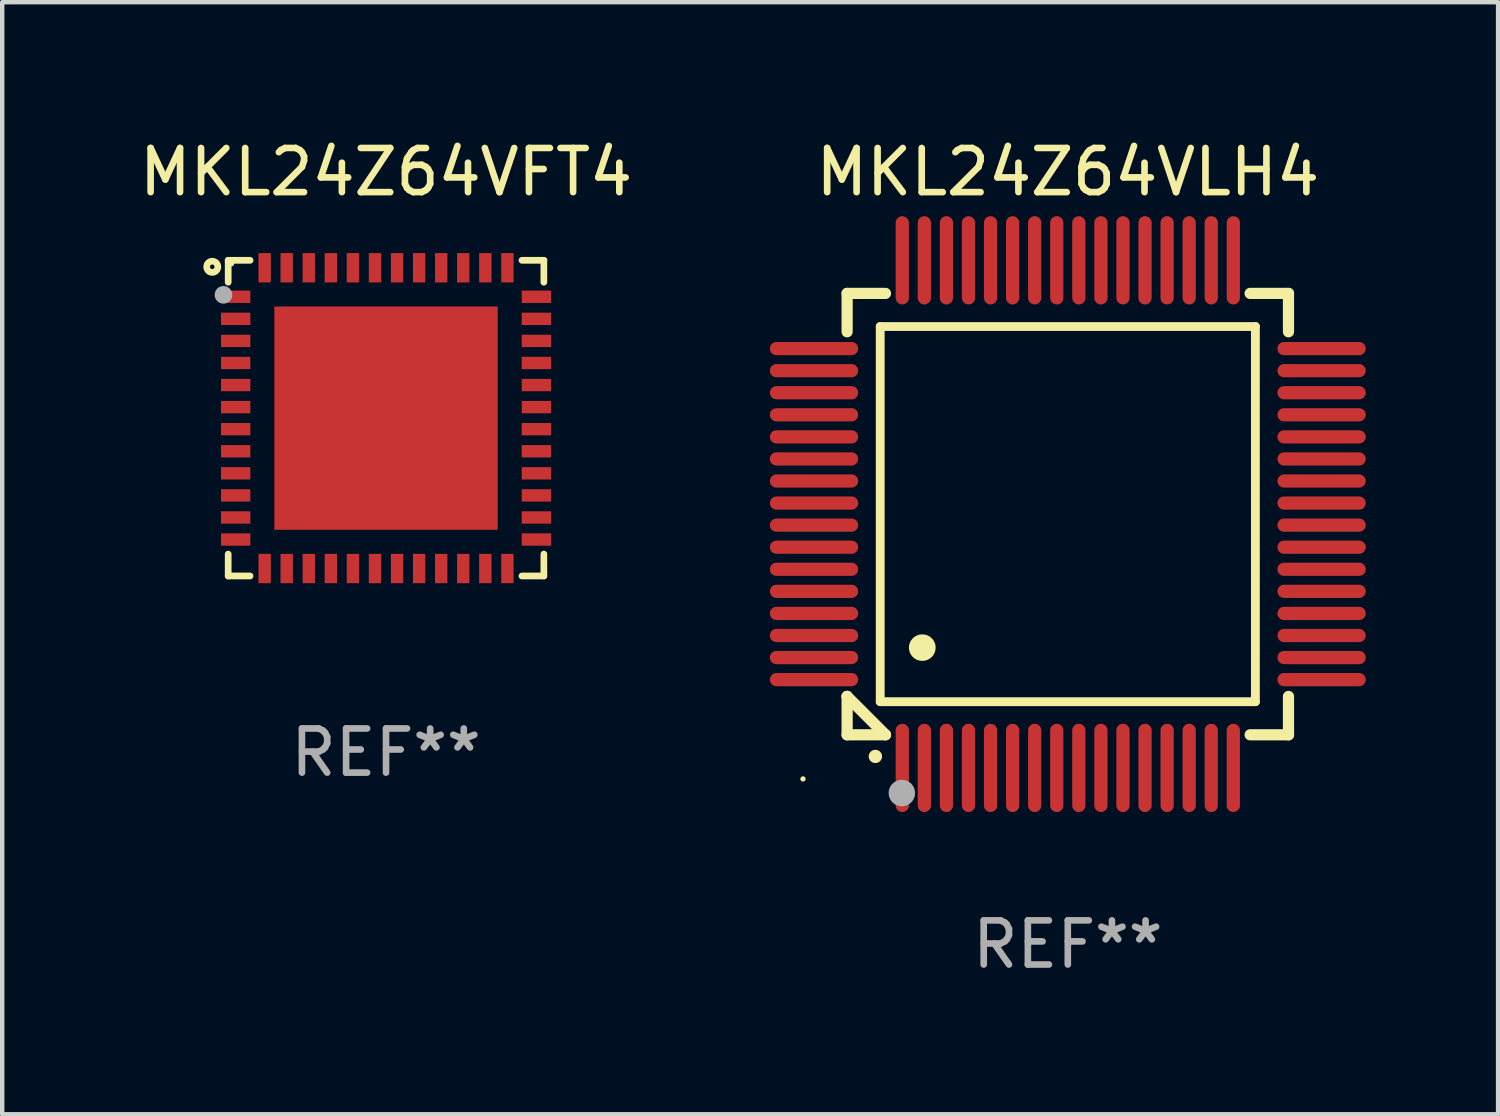
<source format=kicad_pcb>
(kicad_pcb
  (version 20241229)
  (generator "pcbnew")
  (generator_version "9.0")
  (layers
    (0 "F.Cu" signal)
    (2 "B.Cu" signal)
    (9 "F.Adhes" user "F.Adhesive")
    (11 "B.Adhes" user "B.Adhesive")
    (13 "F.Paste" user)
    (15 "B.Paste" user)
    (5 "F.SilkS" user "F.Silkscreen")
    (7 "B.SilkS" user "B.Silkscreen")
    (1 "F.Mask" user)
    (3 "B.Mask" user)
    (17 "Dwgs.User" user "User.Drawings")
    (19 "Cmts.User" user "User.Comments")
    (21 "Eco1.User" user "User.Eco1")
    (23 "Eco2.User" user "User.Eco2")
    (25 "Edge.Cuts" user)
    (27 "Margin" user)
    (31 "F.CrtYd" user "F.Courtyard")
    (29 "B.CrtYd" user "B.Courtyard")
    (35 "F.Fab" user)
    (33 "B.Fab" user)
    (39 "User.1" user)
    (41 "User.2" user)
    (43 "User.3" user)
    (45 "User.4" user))
  (footprint "MKL24Z64VFT4"
    (layer "F.Cu")
    (at 5.696 6.424)
    (property "Reference" "MKL24Z64VFT4" (at 0 -5.576 0) (layer "F.SilkS") (effects (font (size 1 1) (thickness 0.15))))
    (attr through_hole)
    (fp_line (start -3.576 -3.576) (end -3.576 -3.08) (stroke (width 0.152) (type solid)) (layer "F.SilkS"))
    (fp_line (start -3.576 3.576) (end -3.576 3.08) (stroke (width 0.152) (type solid)) (layer "F.SilkS"))
    (fp_line (start -3.08 -3.576) (end -3.576 -3.576) (stroke (width 0.152) (type solid)) (layer "F.SilkS"))
    (fp_line (start -3.08 3.576) (end -3.576 3.576) (stroke (width 0.152) (type solid)) (layer "F.SilkS"))
    (fp_line (start 3.08 -3.576) (end 3.576 -3.576) (stroke (width 0.152) (type solid)) (layer "F.SilkS"))
    (fp_line (start 3.08 3.576) (end 3.576 3.576) (stroke (width 0.152) (type solid)) (layer "F.SilkS"))
    (fp_line (start 3.576 -3.576) (end 3.576 -3.08) (stroke (width 0.152) (type solid)) (layer "F.SilkS"))
    (fp_line (start 3.576 3.576) (end 3.576 3.08) (stroke (width 0.152) (type solid)) (layer "F.SilkS"))
    (fp_circle (center -3.937 -3.429) (end -3.81 -3.429) (stroke (width 0.15) (type solid)) (fill no) (layer "F.SilkS"))
    (fp_circle (center -3.5 -3.5) (end -3.47 -3.5) (stroke (width 0.06) (type solid)) (fill no) (layer "F.SilkS"))
    (fp_circle (center -3.683 -2.794) (end -3.583 -2.794) (stroke (width 0.2) (type solid)) (fill no) (layer "F.Fab"))
    (fp_text user "REF**" (at 0 7.576 0) (layer "F.Fab") (effects (font (size 1 1) (thickness 0.15))))
    (pad "1" smd rect (at -3.407 -2.75) (size 0.665 0.28) (layers "F.Cu" "F.Mask" "F.Paste"))
    (pad "2" smd rect (at -3.407 -2.25) (size 0.665 0.28) (layers "F.Cu" "F.Mask" "F.Paste"))
    (pad "3" smd rect (at -3.407 -1.75) (size 0.665 0.28) (layers "F.Cu" "F.Mask" "F.Paste"))
    (pad "4" smd rect (at -3.407 -1.25) (size 0.665 0.28) (layers "F.Cu" "F.Mask" "F.Paste"))
    (pad "5" smd rect (at -3.407 -0.75) (size 0.665 0.28) (layers "F.Cu" "F.Mask" "F.Paste"))
    (pad "6" smd rect (at -3.407 -0.25) (size 0.665 0.28) (layers "F.Cu" "F.Mask" "F.Paste"))
    (pad "7" smd rect (at -3.407 0.25) (size 0.665 0.28) (layers "F.Cu" "F.Mask" "F.Paste"))
    (pad "8" smd rect (at -3.407 0.75) (size 0.665 0.28) (layers "F.Cu" "F.Mask" "F.Paste"))
    (pad "9" smd rect (at -3.407 1.25) (size 0.665 0.28) (layers "F.Cu" "F.Mask" "F.Paste"))
    (pad "10" smd rect (at -3.407 1.75) (size 0.665 0.28) (layers "F.Cu" "F.Mask" "F.Paste"))
    (pad "11" smd rect (at -3.407 2.25) (size 0.665 0.28) (layers "F.Cu" "F.Mask" "F.Paste"))
    (pad "12" smd rect (at -3.407 2.75) (size 0.665 0.28) (layers "F.Cu" "F.Mask" "F.Paste"))
    (pad "13" smd rect (at -2.75 3.407) (size 0.28 0.665) (layers "F.Cu" "F.Mask" "F.Paste"))
    (pad "14" smd rect (at -2.25 3.407) (size 0.28 0.665) (layers "F.Cu" "F.Mask" "F.Paste"))
    (pad "15" smd rect (at -1.75 3.407) (size 0.28 0.665) (layers "F.Cu" "F.Mask" "F.Paste"))
    (pad "16" smd rect (at -1.25 3.407) (size 0.28 0.665) (layers "F.Cu" "F.Mask" "F.Paste"))
    (pad "17" smd rect (at -0.75 3.407) (size 0.28 0.665) (layers "F.Cu" "F.Mask" "F.Paste"))
    (pad "18" smd rect (at -0.25 3.407) (size 0.28 0.665) (layers "F.Cu" "F.Mask" "F.Paste"))
    (pad "19" smd rect (at 0.25 3.407) (size 0.28 0.665) (layers "F.Cu" "F.Mask" "F.Paste"))
    (pad "20" smd rect (at 0.75 3.407) (size 0.28 0.665) (layers "F.Cu" "F.Mask" "F.Paste"))
    (pad "21" smd rect (at 1.25 3.407) (size 0.28 0.665) (layers "F.Cu" "F.Mask" "F.Paste"))
    (pad "22" smd rect (at 1.75 3.407) (size 0.28 0.665) (layers "F.Cu" "F.Mask" "F.Paste"))
    (pad "23" smd rect (at 2.25 3.407) (size 0.28 0.665) (layers "F.Cu" "F.Mask" "F.Paste"))
    (pad "24" smd rect (at 2.75 3.407) (size 0.28 0.665) (layers "F.Cu" "F.Mask" "F.Paste"))
    (pad "25" smd rect (at 3.407 2.75) (size 0.665 0.28) (layers "F.Cu" "F.Mask" "F.Paste"))
    (pad "26" smd rect (at 3.407 2.25) (size 0.665 0.28) (layers "F.Cu" "F.Mask" "F.Paste"))
    (pad "27" smd rect (at 3.407 1.75) (size 0.665 0.28) (layers "F.Cu" "F.Mask" "F.Paste"))
    (pad "28" smd rect (at 3.407 1.25) (size 0.665 0.28) (layers "F.Cu" "F.Mask" "F.Paste"))
    (pad "29" smd rect (at 3.407 0.75) (size 0.665 0.28) (layers "F.Cu" "F.Mask" "F.Paste"))
    (pad "30" smd rect (at 3.407 0.25) (size 0.665 0.28) (layers "F.Cu" "F.Mask" "F.Paste"))
    (pad "31" smd rect (at 3.407 -0.25) (size 0.665 0.28) (layers "F.Cu" "F.Mask" "F.Paste"))
    (pad "32" smd rect (at 3.407 -0.75) (size 0.665 0.28) (layers "F.Cu" "F.Mask" "F.Paste"))
    (pad "33" smd rect (at 3.407 -1.25) (size 0.665 0.28) (layers "F.Cu" "F.Mask" "F.Paste"))
    (pad "34" smd rect (at 3.407 -1.75) (size 0.665 0.28) (layers "F.Cu" "F.Mask" "F.Paste"))
    (pad "35" smd rect (at 3.407 -2.25) (size 0.665 0.28) (layers "F.Cu" "F.Mask" "F.Paste"))
    (pad "36" smd rect (at 3.407 -2.75) (size 0.665 0.28) (layers "F.Cu" "F.Mask" "F.Paste"))
    (pad "37" smd rect (at 2.75 -3.407) (size 0.28 0.665) (layers "F.Cu" "F.Mask" "F.Paste"))
    (pad "38" smd rect (at 2.25 -3.407) (size 0.28 0.665) (layers "F.Cu" "F.Mask" "F.Paste"))
    (pad "39" smd rect (at 1.75 -3.407) (size 0.28 0.665) (layers "F.Cu" "F.Mask" "F.Paste"))
    (pad "40" smd rect (at 1.25 -3.407) (size 0.28 0.665) (layers "F.Cu" "F.Mask" "F.Paste"))
    (pad "41" smd rect (at 0.75 -3.407) (size 0.28 0.665) (layers "F.Cu" "F.Mask" "F.Paste"))
    (pad "42" smd rect (at 0.25 -3.407) (size 0.28 0.665) (layers "F.Cu" "F.Mask" "F.Paste"))
    (pad "43" smd rect (at -0.25 -3.407) (size 0.28 0.665) (layers "F.Cu" "F.Mask" "F.Paste"))
    (pad "44" smd rect (at -0.75 -3.407) (size 0.28 0.665) (layers "F.Cu" "F.Mask" "F.Paste"))
    (pad "45" smd rect (at -1.25 -3.407) (size 0.28 0.665) (layers "F.Cu" "F.Mask" "F.Paste"))
    (pad "46" smd rect (at -1.75 -3.407) (size 0.28 0.665) (layers "F.Cu" "F.Mask" "F.Paste"))
    (pad "47" smd rect (at -2.25 -3.407) (size 0.28 0.665) (layers "F.Cu" "F.Mask" "F.Paste"))
    (pad "48" smd rect (at -2.75 -3.407) (size 0.28 0.665) (layers "F.Cu" "F.Mask" "F.Paste"))
    (pad "49" smd rect (at 0 0) (size 5.06 5.06) (layers "F.Cu" "F.Mask" "F.Paste")))
  (footprint "MKL24Z64VLH4"
    (layer "F.Cu")
    (at 21.143 8.598)
    (property "Reference" "MKL24Z64VLH4" (at 0 -7.75 0) (layer "F.SilkS") (effects (font (size 1 1) (thickness 0.15))))
    (attr through_hole)
    (fp_line (start -5 -5) (end -4.131 -5) (stroke (width 0.254) (type solid)) (layer "F.SilkS"))
    (fp_line (start -5 -4.131) (end -5 -5) (stroke (width 0.254) (type solid)) (layer "F.SilkS"))
    (fp_line (start -5 4.131) (end -5 4.131) (stroke (width 0.254) (type solid)) (layer "F.SilkS"))
    (fp_line (start -5 5) (end -5 4.131) (stroke (width 0.254) (type solid)) (layer "F.SilkS"))
    (fp_line (start -5 4.131) (end -4.131 5) (stroke (width 0.254) (type solid)) (layer "F.SilkS"))
    (fp_line (start -4.25 -4.25) (end -4.25 4.25) (stroke (width 0.2) (type solid)) (layer "F.SilkS"))
    (fp_line (start -4.25 4.25) (end 4.25 4.25) (stroke (width 0.2) (type solid)) (layer "F.SilkS"))
    (fp_line (start -4.131 5) (end -5 5) (stroke (width 0.254) (type solid)) (layer "F.SilkS"))
    (fp_line (start 4.25 -4.25) (end -4.25 -4.25) (stroke (width 0.2) (type solid)) (layer "F.SilkS"))
    (fp_line (start 4.25 4.25) (end 4.25 -4.25) (stroke (width 0.2) (type solid)) (layer "F.SilkS"))
    (fp_line (start 5 -5) (end 4.131 -5) (stroke (width 0.254) (type solid)) (layer "F.SilkS"))
    (fp_line (start 5 -5) (end 5 -4.131) (stroke (width 0.254) (type solid)) (layer "F.SilkS"))
    (fp_line (start 5 4.131) (end 5 5) (stroke (width 0.254) (type solid)) (layer "F.SilkS"))
    (fp_line (start 5 5) (end 4.131 5) (stroke (width 0.254) (type solid)) (layer "F.SilkS"))
    (fp_arc (start -4.361265 5.489992) (mid -4.359995 5.489987) (end -4.358725 5.489992) (stroke (width 0.3) (type solid)) (layer "F.SilkS"))
    (fp_arc (start -3.299467 3.025146) (mid -3.296927 3.025135) (end -3.294387 3.025146) (stroke (width 0.6) (type solid)) (layer "F.SilkS"))
    (fp_circle (center -6 6) (end -5.97 6) (stroke (width 0.06) (type solid)) (fill no) (layer "F.SilkS"))
    (fp_circle (center -3.76 6.32) (end -3.61 6.32) (stroke (width 0.3) (type solid)) (fill no) (layer "F.Fab"))
    (fp_text user "REF**" (at 0 9.75 0) (layer "F.Fab") (effects (font (size 1 1) (thickness 0.15))))
    (pad "1" smd oval (at -3.75 5.75) (size 0.3 2) (layers "F.Cu" "F.Mask" "F.Paste"))
    (pad "2" smd oval (at -3.25 5.75) (size 0.3 2) (layers "F.Cu" "F.Mask" "F.Paste"))
    (pad "3" smd oval (at -2.75 5.75) (size 0.3 2) (layers "F.Cu" "F.Mask" "F.Paste"))
    (pad "4" smd oval (at -2.25 5.75) (size 0.3 2) (layers "F.Cu" "F.Mask" "F.Paste"))
    (pad "5" smd oval (at -1.75 5.75) (size 0.3 2) (layers "F.Cu" "F.Mask" "F.Paste"))
    (pad "6" smd oval (at -1.25 5.75) (size 0.3 2) (layers "F.Cu" "F.Mask" "F.Paste"))
    (pad "7" smd oval (at -0.75 5.75) (size 0.3 2) (layers "F.Cu" "F.Mask" "F.Paste"))
    (pad "8" smd oval (at -0.25 5.75) (size 0.3 2) (layers "F.Cu" "F.Mask" "F.Paste"))
    (pad "9" smd oval (at 0.25 5.75) (size 0.3 2) (layers "F.Cu" "F.Mask" "F.Paste"))
    (pad "10" smd oval (at 0.75 5.75) (size 0.3 2) (layers "F.Cu" "F.Mask" "F.Paste"))
    (pad "11" smd oval (at 1.25 5.75) (size 0.3 2) (layers "F.Cu" "F.Mask" "F.Paste"))
    (pad "12" smd oval (at 1.75 5.75) (size 0.3 2) (layers "F.Cu" "F.Mask" "F.Paste"))
    (pad "13" smd oval (at 2.25 5.75) (size 0.3 2) (layers "F.Cu" "F.Mask" "F.Paste"))
    (pad "14" smd oval (at 2.75 5.75) (size 0.3 2) (layers "F.Cu" "F.Mask" "F.Paste"))
    (pad "15" smd oval (at 3.25 5.75) (size 0.3 2) (layers "F.Cu" "F.Mask" "F.Paste"))
    (pad "16" smd oval (at 3.75 5.75) (size 0.3 2) (layers "F.Cu" "F.Mask" "F.Paste"))
    (pad "17" smd oval (at 5.75 3.75) (size 2 0.3) (layers "F.Cu" "F.Mask" "F.Paste"))
    (pad "18" smd oval (at 5.75 3.25) (size 2 0.3) (layers "F.Cu" "F.Mask" "F.Paste"))
    (pad "19" smd oval (at 5.75 2.75) (size 2 0.3) (layers "F.Cu" "F.Mask" "F.Paste"))
    (pad "20" smd oval (at 5.75 2.25) (size 2 0.3) (layers "F.Cu" "F.Mask" "F.Paste"))
    (pad "21" smd oval (at 5.75 1.75) (size 2 0.3) (layers "F.Cu" "F.Mask" "F.Paste"))
    (pad "22" smd oval (at 5.75 1.25) (size 2 0.3) (layers "F.Cu" "F.Mask" "F.Paste"))
    (pad "23" smd oval (at 5.75 0.75) (size 2 0.3) (layers "F.Cu" "F.Mask" "F.Paste"))
    (pad "24" smd oval (at 5.75 0.25) (size 2 0.3) (layers "F.Cu" "F.Mask" "F.Paste"))
    (pad "25" smd oval (at 5.75 -0.25) (size 2 0.3) (layers "F.Cu" "F.Mask" "F.Paste"))
    (pad "26" smd oval (at 5.75 -0.75) (size 2 0.3) (layers "F.Cu" "F.Mask" "F.Paste"))
    (pad "27" smd oval (at 5.75 -1.25) (size 2 0.3) (layers "F.Cu" "F.Mask" "F.Paste"))
    (pad "28" smd oval (at 5.75 -1.75) (size 2 0.3) (layers "F.Cu" "F.Mask" "F.Paste"))
    (pad "29" smd oval (at 5.75 -2.25) (size 2 0.3) (layers "F.Cu" "F.Mask" "F.Paste"))
    (pad "30" smd oval (at 5.75 -2.75) (size 2 0.3) (layers "F.Cu" "F.Mask" "F.Paste"))
    (pad "31" smd oval (at 5.75 -3.25) (size 2 0.3) (layers "F.Cu" "F.Mask" "F.Paste"))
    (pad "32" smd oval (at 5.75 -3.75) (size 2 0.3) (layers "F.Cu" "F.Mask" "F.Paste"))
    (pad "33" smd oval (at 3.75 -5.75) (size 0.3 2) (layers "F.Cu" "F.Mask" "F.Paste"))
    (pad "34" smd oval (at 3.25 -5.75) (size 0.3 2) (layers "F.Cu" "F.Mask" "F.Paste"))
    (pad "35" smd oval (at 2.75 -5.75) (size 0.3 2) (layers "F.Cu" "F.Mask" "F.Paste"))
    (pad "36" smd oval (at 2.25 -5.75) (size 0.3 2) (layers "F.Cu" "F.Mask" "F.Paste"))
    (pad "37" smd oval (at 1.75 -5.75) (size 0.3 2) (layers "F.Cu" "F.Mask" "F.Paste"))
    (pad "38" smd oval (at 1.25 -5.75) (size 0.3 2) (layers "F.Cu" "F.Mask" "F.Paste"))
    (pad "39" smd oval (at 0.75 -5.75) (size 0.3 2) (layers "F.Cu" "F.Mask" "F.Paste"))
    (pad "40" smd oval (at 0.25 -5.75) (size 0.3 2) (layers "F.Cu" "F.Mask" "F.Paste"))
    (pad "41" smd oval (at -0.25 -5.75) (size 0.3 2) (layers "F.Cu" "F.Mask" "F.Paste"))
    (pad "42" smd oval (at -0.75 -5.75) (size 0.3 2) (layers "F.Cu" "F.Mask" "F.Paste"))
    (pad "43" smd oval (at -1.25 -5.75) (size 0.3 2) (layers "F.Cu" "F.Mask" "F.Paste"))
    (pad "44" smd oval (at -1.75 -5.75) (size 0.3 2) (layers "F.Cu" "F.Mask" "F.Paste"))
    (pad "45" smd oval (at -2.25 -5.75) (size 0.3 2) (layers "F.Cu" "F.Mask" "F.Paste"))
    (pad "46" smd oval (at -2.75 -5.75) (size 0.3 2) (layers "F.Cu" "F.Mask" "F.Paste"))
    (pad "47" smd oval (at -3.25 -5.75) (size 0.3 2) (layers "F.Cu" "F.Mask" "F.Paste"))
    (pad "48" smd oval (at -3.75 -5.75) (size 0.3 2) (layers "F.Cu" "F.Mask" "F.Paste"))
    (pad "49" smd oval (at -5.75 -3.75) (size 2 0.3) (layers "F.Cu" "F.Mask" "F.Paste"))
    (pad "50" smd oval (at -5.75 -3.25) (size 2 0.3) (layers "F.Cu" "F.Mask" "F.Paste"))
    (pad "51" smd oval (at -5.75 -2.75) (size 2 0.3) (layers "F.Cu" "F.Mask" "F.Paste"))
    (pad "52" smd oval (at -5.75 -2.25) (size 2 0.3) (layers "F.Cu" "F.Mask" "F.Paste"))
    (pad "53" smd oval (at -5.75 -1.75) (size 2 0.3) (layers "F.Cu" "F.Mask" "F.Paste"))
    (pad "54" smd oval (at -5.75 -1.25) (size 2 0.3) (layers "F.Cu" "F.Mask" "F.Paste"))
    (pad "55" smd oval (at -5.75 -0.75) (size 2 0.3) (layers "F.Cu" "F.Mask" "F.Paste"))
    (pad "56" smd oval (at -5.75 -0.25) (size 2 0.3) (layers "F.Cu" "F.Mask" "F.Paste"))
    (pad "57" smd oval (at -5.75 0.25) (size 2 0.3) (layers "F.Cu" "F.Mask" "F.Paste"))
    (pad "58" smd oval (at -5.75 0.75) (size 2 0.3) (layers "F.Cu" "F.Mask" "F.Paste"))
    (pad "59" smd oval (at -5.75 1.25) (size 2 0.3) (layers "F.Cu" "F.Mask" "F.Paste"))
    (pad "60" smd oval (at -5.75 1.75) (size 2 0.3) (layers "F.Cu" "F.Mask" "F.Paste"))
    (pad "61" smd oval (at -5.75 2.25) (size 2 0.3) (layers "F.Cu" "F.Mask" "F.Paste"))
    (pad "62" smd oval (at -5.75 2.75) (size 2 0.3) (layers "F.Cu" "F.Mask" "F.Paste"))
    (pad "63" smd oval (at -5.75 3.25) (size 2 0.3) (layers "F.Cu" "F.Mask" "F.Paste"))
    (pad "64" smd oval (at -5.75 3.75) (size 2 0.3) (layers "F.Cu" "F.Mask" "F.Paste")))
  (gr_rect
    (start -3 -3)
    (end 30.892 22.196)
    (stroke (width 0.1) (type default))
    (fill no)
    (layer "Edge.Cuts")))
</source>
